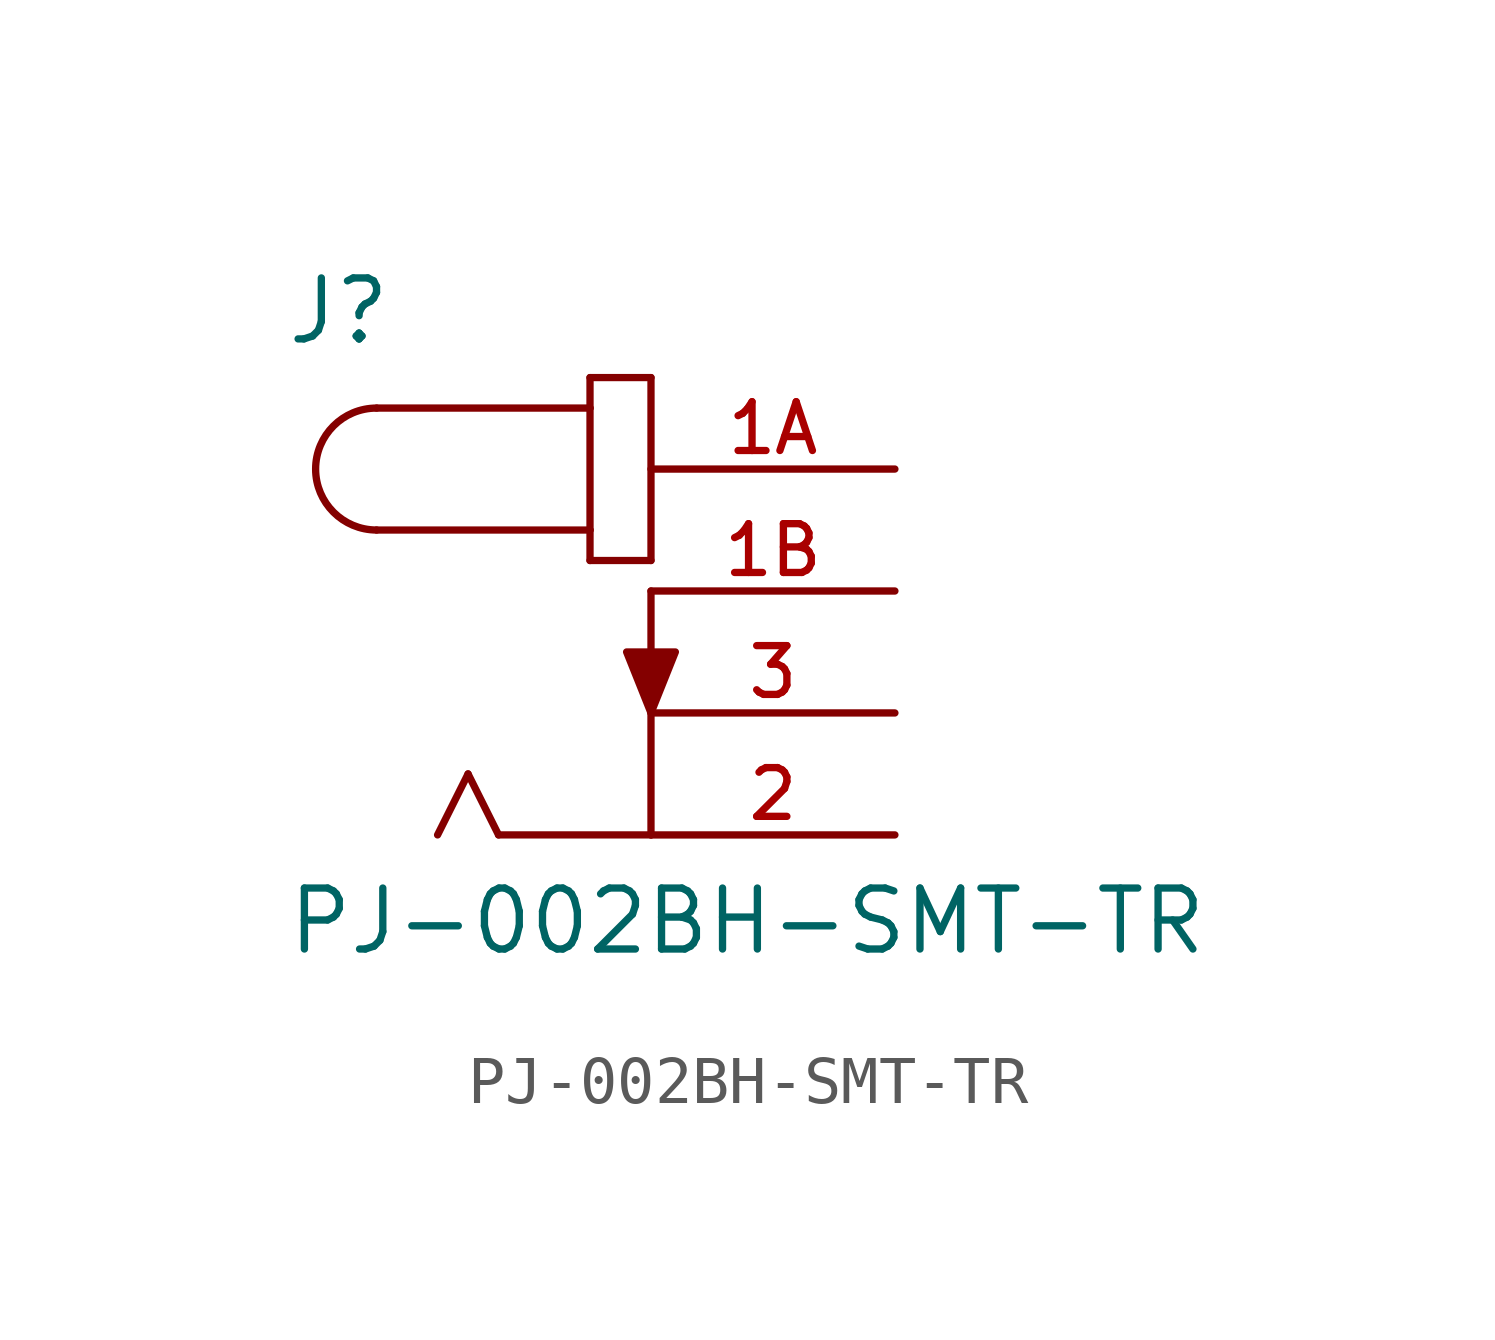
<source format=kicad_sym>
(kicad_symbol_lib
  (version 20211014)
  (generator kicad_symbol_editor)
  (symbol "PJ-002BH-SMT-TR"
    (pin_names
      (offset 1.016))
    (property "Reference" "J"
      (at -7.631 5.087 0)
      (effects (font (size 1.27 1.27)) (justify bottom left)))
    (property "Value" "PJ-002BH-SMT-TR"
      (at -7.621 -7.62 0)
      (effects (font (size 1.27 1.27)) (justify bottom left)))
    (symbol "PJ-002BH-SMT-TR_0_0"
      (arc (start -5.715 3.81) (mid -6.985 2.54) (end -5.715 1.27) (stroke (width 0.1524) (type default) (color 0 0 0 0)) (fill (type none)))
      (polyline (pts (xy -5.715 3.81) (xy -1.27 3.81)) (stroke (width 0.152)))
      (polyline (pts (xy -1.27 3.81) (xy -1.27 1.27)) (stroke (width 0.152)))
      (polyline (pts (xy -1.27 1.27) (xy -5.715 1.27)) (stroke (width 0.152)))
      (polyline (pts (xy -1.27 1.27) (xy -1.27 0.635)) (stroke (width 0.152)))
      (polyline (pts (xy -1.27 0.635) (xy 0.0 0.635)) (stroke (width 0.152)))
      (polyline (pts (xy 0.0 0.635) (xy 0.0 4.445)) (stroke (width 0.152)))
      (polyline (pts (xy 0.0 4.445) (xy -1.27 4.445)) (stroke (width 0.152)))
      (polyline (pts (xy -1.27 4.445) (xy -1.27 3.81)) (stroke (width 0.152)))
      (polyline (pts (xy 0.0 -5.08) (xy -3.175 -5.08)) (stroke (width 0.152)))
      (polyline (pts (xy -3.175 -5.08) (xy -3.81 -3.81)) (stroke (width 0.152)))
      (polyline (pts (xy -3.81 -3.81) (xy -4.445 -5.08)) (stroke (width 0.152)))
      (polyline (pts (xy 0.0 0.0) (xy 0.0 -5.08)) (stroke (width 0.152)))
      (polyline (pts (xy 0.0 -2.54) (xy -0.508 -1.27) (xy 0.508 -1.27) (xy 0.0 -2.54)) (stroke (width 0.152)) (fill (type outline)))
      (pin passive line (at 5.08 2.54 180.0) (length 5.08) (name "~" (effects (font (size 1.016 1.016)))) (number "1A" (effects (font (size 1.016 1.016)))))
      (pin passive line (at 5.08 -2.54 180.0) (length 5.08) (name "~" (effects (font (size 1.016 1.016)))) (number "3" (effects (font (size 1.016 1.016)))))
      (pin passive line (at 5.08 -5.08 180.0) (length 5.08) (name "~" (effects (font (size 1.016 1.016)))) (number "2" (effects (font (size 1.016 1.016)))))
      (pin passive line (at 5.08 0.0 180.0) (length 5.08) (name "~" (effects (font (size 1.016 1.016)))) (number "1B" (effects (font (size 1.016 1.016))))))))
</source>
